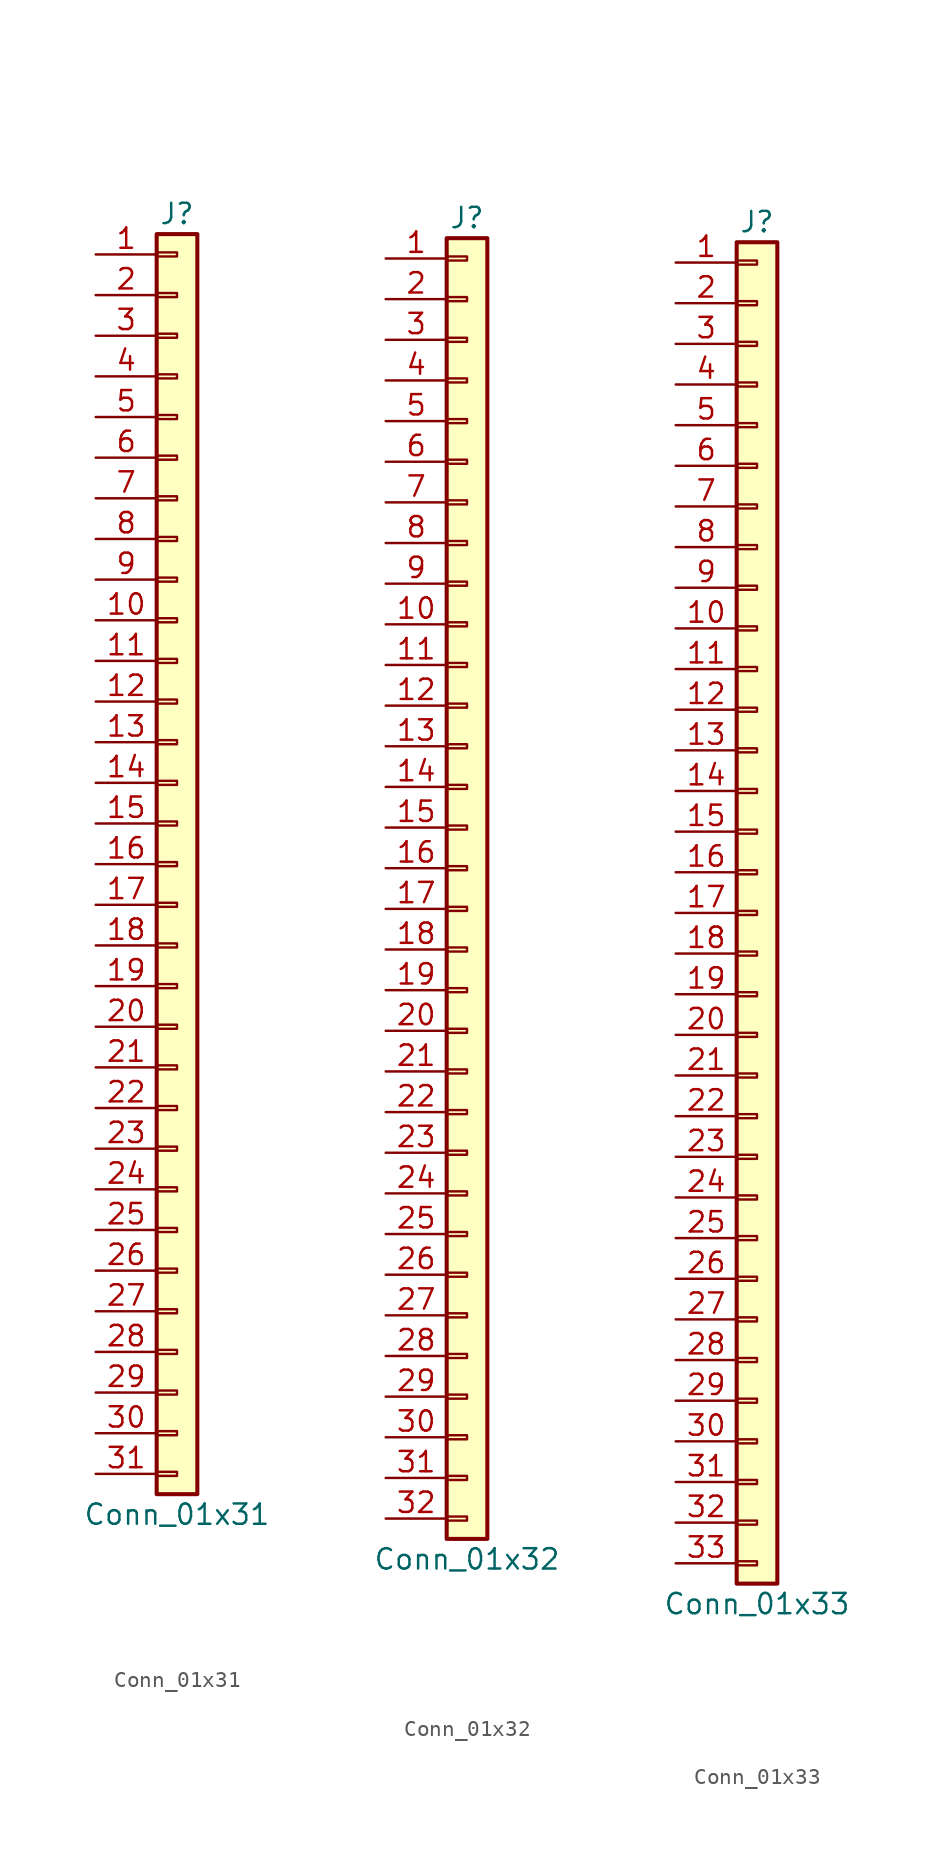
<source format=kicad_sym>
(kicad_symbol_lib
  (version 20201005)
  (generator kicad_symbol_editor)
  (symbol "Connector_Generic:Conn_01x31"
    (pin_names
      (offset 1.016) hide)
    (property "Reference" "J"
      (at 0 40.64 0)
      (effects (font (size 1.27 1.27))))
    (property "Value" "Conn_01x31"
      (at 0 -40.64 0)
      (effects (font (size 1.27 1.27))))
    (symbol "Conn_01x31_1_1"
      (rectangle (start -1.27 -27.813) (end 0 -28.067) (stroke (width 0.152)) (fill (type none)))
      (rectangle (start -1.27 -30.353) (end 0 -30.607) (stroke (width 0.152)) (fill (type none)))
      (rectangle (start -1.27 -32.893) (end 0 -33.147) (stroke (width 0.152)) (fill (type none)))
      (rectangle (start -1.27 -35.433) (end 0 -35.687) (stroke (width 0.152)) (fill (type none)))
      (rectangle (start -1.27 -37.973) (end 0 -38.227) (stroke (width 0.152)) (fill (type none)))
      (rectangle (start -1.27 -4.953) (end 0 -5.207) (stroke (width 0.152)) (fill (type none)))
      (rectangle (start -1.27 -7.493) (end 0 -7.747) (stroke (width 0.152)) (fill (type none)))
      (rectangle (start -1.27 -10.033) (end 0 -10.287) (stroke (width 0.152)) (fill (type none)))
      (rectangle (start -1.27 -12.573) (end 0 -12.827) (stroke (width 0.152)) (fill (type none)))
      (rectangle (start -1.27 -15.113) (end 0 -15.367) (stroke (width 0.152)) (fill (type none)))
      (rectangle (start -1.27 -17.653) (end 0 -17.907) (stroke (width 0.152)) (fill (type none)))
      (rectangle (start -1.27 -20.193) (end 0 -20.447) (stroke (width 0.152)) (fill (type none)))
      (rectangle (start -1.27 -22.733) (end 0 -22.987) (stroke (width 0.152)) (fill (type none)))
      (rectangle (start -1.27 -2.413) (end 0 -2.667) (stroke (width 0.152)) (fill (type none)))
      (rectangle (start -1.27 -25.273) (end 0 -25.527) (stroke (width 0.152)) (fill (type none)))
      (rectangle (start -1.27 25.527) (end 0 25.273) (stroke (width 0.152)) (fill (type none)))
      (rectangle (start -1.27 2.667) (end 0 2.413) (stroke (width 0.152)) (fill (type none)))
      (rectangle (start -1.27 28.067) (end 0 27.813) (stroke (width 0.152)) (fill (type none)))
      (rectangle (start -1.27 30.607) (end 0 30.353) (stroke (width 0.152)) (fill (type none)))
      (rectangle (start -1.27 33.147) (end 0 32.893) (stroke (width 0.152)) (fill (type none)))
      (rectangle (start -1.27 35.687) (end 0 35.433) (stroke (width 0.152)) (fill (type none)))
      (rectangle (start -1.27 38.227) (end 0 37.973) (stroke (width 0.152)) (fill (type none)))
      (rectangle (start -1.27 39.37) (end 1.27 -39.37) (stroke (width 0.254)) (fill (type background)))
      (rectangle (start -1.27 5.207) (end 0 4.953) (stroke (width 0.152)) (fill (type none)))
      (rectangle (start -1.27 7.747) (end 0 7.493) (stroke (width 0.152)) (fill (type none)))
      (rectangle (start -1.27 10.287) (end 0 10.033) (stroke (width 0.152)) (fill (type none)))
      (rectangle (start -1.27 0.127) (end 0 -0.127) (stroke (width 0.152)) (fill (type none)))
      (rectangle (start -1.27 12.827) (end 0 12.573) (stroke (width 0.152)) (fill (type none)))
      (rectangle (start -1.27 15.367) (end 0 15.113) (stroke (width 0.152)) (fill (type none)))
      (rectangle (start -1.27 17.907) (end 0 17.653) (stroke (width 0.152)) (fill (type none)))
      (rectangle (start -1.27 20.447) (end 0 20.193) (stroke (width 0.152)) (fill (type none)))
      (rectangle (start -1.27 22.987) (end 0 22.733) (stroke (width 0.152)) (fill (type none)))
      (pin passive line (at -5.08 38.1 0) (length 3.81) (name "Pin_1" (effects (font (size 1.27 1.27)))) (number "1" (effects (font (size 1.27 1.27)))))
      (pin passive line (at -5.08 15.24 0) (length 3.81) (name "Pin_10" (effects (font (size 1.27 1.27)))) (number "10" (effects (font (size 1.27 1.27)))))
      (pin passive line (at -5.08 12.7 0) (length 3.81) (name "Pin_11" (effects (font (size 1.27 1.27)))) (number "11" (effects (font (size 1.27 1.27)))))
      (pin passive line (at -5.08 10.16 0) (length 3.81) (name "Pin_12" (effects (font (size 1.27 1.27)))) (number "12" (effects (font (size 1.27 1.27)))))
      (pin passive line (at -5.08 7.62 0) (length 3.81) (name "Pin_13" (effects (font (size 1.27 1.27)))) (number "13" (effects (font (size 1.27 1.27)))))
      (pin passive line (at -5.08 5.08 0) (length 3.81) (name "Pin_14" (effects (font (size 1.27 1.27)))) (number "14" (effects (font (size 1.27 1.27)))))
      (pin passive line (at -5.08 2.54 0) (length 3.81) (name "Pin_15" (effects (font (size 1.27 1.27)))) (number "15" (effects (font (size 1.27 1.27)))))
      (pin passive line (at -5.08 0 0) (length 3.81) (name "Pin_16" (effects (font (size 1.27 1.27)))) (number "16" (effects (font (size 1.27 1.27)))))
      (pin passive line (at -5.08 -2.54 0) (length 3.81) (name "Pin_17" (effects (font (size 1.27 1.27)))) (number "17" (effects (font (size 1.27 1.27)))))
      (pin passive line (at -5.08 -5.08 0) (length 3.81) (name "Pin_18" (effects (font (size 1.27 1.27)))) (number "18" (effects (font (size 1.27 1.27)))))
      (pin passive line (at -5.08 -7.62 0) (length 3.81) (name "Pin_19" (effects (font (size 1.27 1.27)))) (number "19" (effects (font (size 1.27 1.27)))))
      (pin passive line (at -5.08 35.56 0) (length 3.81) (name "Pin_2" (effects (font (size 1.27 1.27)))) (number "2" (effects (font (size 1.27 1.27)))))
      (pin passive line (at -5.08 -10.16 0) (length 3.81) (name "Pin_20" (effects (font (size 1.27 1.27)))) (number "20" (effects (font (size 1.27 1.27)))))
      (pin passive line (at -5.08 -12.7 0) (length 3.81) (name "Pin_21" (effects (font (size 1.27 1.27)))) (number "21" (effects (font (size 1.27 1.27)))))
      (pin passive line (at -5.08 -15.24 0) (length 3.81) (name "Pin_22" (effects (font (size 1.27 1.27)))) (number "22" (effects (font (size 1.27 1.27)))))
      (pin passive line (at -5.08 -17.78 0) (length 3.81) (name "Pin_23" (effects (font (size 1.27 1.27)))) (number "23" (effects (font (size 1.27 1.27)))))
      (pin passive line (at -5.08 -20.32 0) (length 3.81) (name "Pin_24" (effects (font (size 1.27 1.27)))) (number "24" (effects (font (size 1.27 1.27)))))
      (pin passive line (at -5.08 -22.86 0) (length 3.81) (name "Pin_25" (effects (font (size 1.27 1.27)))) (number "25" (effects (font (size 1.27 1.27)))))
      (pin passive line (at -5.08 -25.4 0) (length 3.81) (name "Pin_26" (effects (font (size 1.27 1.27)))) (number "26" (effects (font (size 1.27 1.27)))))
      (pin passive line (at -5.08 -27.94 0) (length 3.81) (name "Pin_27" (effects (font (size 1.27 1.27)))) (number "27" (effects (font (size 1.27 1.27)))))
      (pin passive line (at -5.08 -30.48 0) (length 3.81) (name "Pin_28" (effects (font (size 1.27 1.27)))) (number "28" (effects (font (size 1.27 1.27)))))
      (pin passive line (at -5.08 -33.02 0) (length 3.81) (name "Pin_29" (effects (font (size 1.27 1.27)))) (number "29" (effects (font (size 1.27 1.27)))))
      (pin passive line (at -5.08 33.02 0) (length 3.81) (name "Pin_3" (effects (font (size 1.27 1.27)))) (number "3" (effects (font (size 1.27 1.27)))))
      (pin passive line (at -5.08 -35.56 0) (length 3.81) (name "Pin_30" (effects (font (size 1.27 1.27)))) (number "30" (effects (font (size 1.27 1.27)))))
      (pin passive line (at -5.08 -38.1 0) (length 3.81) (name "Pin_31" (effects (font (size 1.27 1.27)))) (number "31" (effects (font (size 1.27 1.27)))))
      (pin passive line (at -5.08 30.48 0) (length 3.81) (name "Pin_4" (effects (font (size 1.27 1.27)))) (number "4" (effects (font (size 1.27 1.27)))))
      (pin passive line (at -5.08 27.94 0) (length 3.81) (name "Pin_5" (effects (font (size 1.27 1.27)))) (number "5" (effects (font (size 1.27 1.27)))))
      (pin passive line (at -5.08 25.4 0) (length 3.81) (name "Pin_6" (effects (font (size 1.27 1.27)))) (number "6" (effects (font (size 1.27 1.27)))))
      (pin passive line (at -5.08 22.86 0) (length 3.81) (name "Pin_7" (effects (font (size 1.27 1.27)))) (number "7" (effects (font (size 1.27 1.27)))))
      (pin passive line (at -5.08 20.32 0) (length 3.81) (name "Pin_8" (effects (font (size 1.27 1.27)))) (number "8" (effects (font (size 1.27 1.27)))))
      (pin passive line (at -5.08 17.78 0) (length 3.81) (name "Pin_9" (effects (font (size 1.27 1.27)))) (number "9" (effects (font (size 1.27 1.27)))))))
  (symbol "Connector_Generic:Conn_01x32"
    (pin_names
      (offset 1.016) hide)
    (property "Reference" "J"
      (at 0 40.64 0)
      (effects (font (size 1.27 1.27))))
    (property "Value" "Conn_01x32"
      (at 0 -43.18 0)
      (effects (font (size 1.27 1.27))))
    (symbol "Conn_01x32_1_1"
      (rectangle (start -1.27 -27.813) (end 0 -28.067) (stroke (width 0.152)) (fill (type none)))
      (rectangle (start -1.27 -30.353) (end 0 -30.607) (stroke (width 0.152)) (fill (type none)))
      (rectangle (start -1.27 -32.893) (end 0 -33.147) (stroke (width 0.152)) (fill (type none)))
      (rectangle (start -1.27 -35.433) (end 0 -35.687) (stroke (width 0.152)) (fill (type none)))
      (rectangle (start -1.27 -37.973) (end 0 -38.227) (stroke (width 0.152)) (fill (type none)))
      (rectangle (start -1.27 -40.513) (end 0 -40.767) (stroke (width 0.152)) (fill (type none)))
      (rectangle (start -1.27 -4.953) (end 0 -5.207) (stroke (width 0.152)) (fill (type none)))
      (rectangle (start -1.27 -7.493) (end 0 -7.747) (stroke (width 0.152)) (fill (type none)))
      (rectangle (start -1.27 -10.033) (end 0 -10.287) (stroke (width 0.152)) (fill (type none)))
      (rectangle (start -1.27 -12.573) (end 0 -12.827) (stroke (width 0.152)) (fill (type none)))
      (rectangle (start -1.27 -15.113) (end 0 -15.367) (stroke (width 0.152)) (fill (type none)))
      (rectangle (start -1.27 -17.653) (end 0 -17.907) (stroke (width 0.152)) (fill (type none)))
      (rectangle (start -1.27 -20.193) (end 0 -20.447) (stroke (width 0.152)) (fill (type none)))
      (rectangle (start -1.27 -22.733) (end 0 -22.987) (stroke (width 0.152)) (fill (type none)))
      (rectangle (start -1.27 -2.413) (end 0 -2.667) (stroke (width 0.152)) (fill (type none)))
      (rectangle (start -1.27 -25.273) (end 0 -25.527) (stroke (width 0.152)) (fill (type none)))
      (rectangle (start -1.27 25.527) (end 0 25.273) (stroke (width 0.152)) (fill (type none)))
      (rectangle (start -1.27 2.667) (end 0 2.413) (stroke (width 0.152)) (fill (type none)))
      (rectangle (start -1.27 28.067) (end 0 27.813) (stroke (width 0.152)) (fill (type none)))
      (rectangle (start -1.27 30.607) (end 0 30.353) (stroke (width 0.152)) (fill (type none)))
      (rectangle (start -1.27 33.147) (end 0 32.893) (stroke (width 0.152)) (fill (type none)))
      (rectangle (start -1.27 35.687) (end 0 35.433) (stroke (width 0.152)) (fill (type none)))
      (rectangle (start -1.27 38.227) (end 0 37.973) (stroke (width 0.152)) (fill (type none)))
      (rectangle (start -1.27 39.37) (end 1.27 -41.91) (stroke (width 0.254)) (fill (type background)))
      (rectangle (start -1.27 5.207) (end 0 4.953) (stroke (width 0.152)) (fill (type none)))
      (rectangle (start -1.27 7.747) (end 0 7.493) (stroke (width 0.152)) (fill (type none)))
      (rectangle (start -1.27 10.287) (end 0 10.033) (stroke (width 0.152)) (fill (type none)))
      (rectangle (start -1.27 0.127) (end 0 -0.127) (stroke (width 0.152)) (fill (type none)))
      (rectangle (start -1.27 12.827) (end 0 12.573) (stroke (width 0.152)) (fill (type none)))
      (rectangle (start -1.27 15.367) (end 0 15.113) (stroke (width 0.152)) (fill (type none)))
      (rectangle (start -1.27 17.907) (end 0 17.653) (stroke (width 0.152)) (fill (type none)))
      (rectangle (start -1.27 20.447) (end 0 20.193) (stroke (width 0.152)) (fill (type none)))
      (rectangle (start -1.27 22.987) (end 0 22.733) (stroke (width 0.152)) (fill (type none)))
      (pin passive line (at -5.08 38.1 0) (length 3.81) (name "Pin_1" (effects (font (size 1.27 1.27)))) (number "1" (effects (font (size 1.27 1.27)))))
      (pin passive line (at -5.08 15.24 0) (length 3.81) (name "Pin_10" (effects (font (size 1.27 1.27)))) (number "10" (effects (font (size 1.27 1.27)))))
      (pin passive line (at -5.08 12.7 0) (length 3.81) (name "Pin_11" (effects (font (size 1.27 1.27)))) (number "11" (effects (font (size 1.27 1.27)))))
      (pin passive line (at -5.08 10.16 0) (length 3.81) (name "Pin_12" (effects (font (size 1.27 1.27)))) (number "12" (effects (font (size 1.27 1.27)))))
      (pin passive line (at -5.08 7.62 0) (length 3.81) (name "Pin_13" (effects (font (size 1.27 1.27)))) (number "13" (effects (font (size 1.27 1.27)))))
      (pin passive line (at -5.08 5.08 0) (length 3.81) (name "Pin_14" (effects (font (size 1.27 1.27)))) (number "14" (effects (font (size 1.27 1.27)))))
      (pin passive line (at -5.08 2.54 0) (length 3.81) (name "Pin_15" (effects (font (size 1.27 1.27)))) (number "15" (effects (font (size 1.27 1.27)))))
      (pin passive line (at -5.08 0 0) (length 3.81) (name "Pin_16" (effects (font (size 1.27 1.27)))) (number "16" (effects (font (size 1.27 1.27)))))
      (pin passive line (at -5.08 -2.54 0) (length 3.81) (name "Pin_17" (effects (font (size 1.27 1.27)))) (number "17" (effects (font (size 1.27 1.27)))))
      (pin passive line (at -5.08 -5.08 0) (length 3.81) (name "Pin_18" (effects (font (size 1.27 1.27)))) (number "18" (effects (font (size 1.27 1.27)))))
      (pin passive line (at -5.08 -7.62 0) (length 3.81) (name "Pin_19" (effects (font (size 1.27 1.27)))) (number "19" (effects (font (size 1.27 1.27)))))
      (pin passive line (at -5.08 35.56 0) (length 3.81) (name "Pin_2" (effects (font (size 1.27 1.27)))) (number "2" (effects (font (size 1.27 1.27)))))
      (pin passive line (at -5.08 -10.16 0) (length 3.81) (name "Pin_20" (effects (font (size 1.27 1.27)))) (number "20" (effects (font (size 1.27 1.27)))))
      (pin passive line (at -5.08 -12.7 0) (length 3.81) (name "Pin_21" (effects (font (size 1.27 1.27)))) (number "21" (effects (font (size 1.27 1.27)))))
      (pin passive line (at -5.08 -15.24 0) (length 3.81) (name "Pin_22" (effects (font (size 1.27 1.27)))) (number "22" (effects (font (size 1.27 1.27)))))
      (pin passive line (at -5.08 -17.78 0) (length 3.81) (name "Pin_23" (effects (font (size 1.27 1.27)))) (number "23" (effects (font (size 1.27 1.27)))))
      (pin passive line (at -5.08 -20.32 0) (length 3.81) (name "Pin_24" (effects (font (size 1.27 1.27)))) (number "24" (effects (font (size 1.27 1.27)))))
      (pin passive line (at -5.08 -22.86 0) (length 3.81) (name "Pin_25" (effects (font (size 1.27 1.27)))) (number "25" (effects (font (size 1.27 1.27)))))
      (pin passive line (at -5.08 -25.4 0) (length 3.81) (name "Pin_26" (effects (font (size 1.27 1.27)))) (number "26" (effects (font (size 1.27 1.27)))))
      (pin passive line (at -5.08 -27.94 0) (length 3.81) (name "Pin_27" (effects (font (size 1.27 1.27)))) (number "27" (effects (font (size 1.27 1.27)))))
      (pin passive line (at -5.08 -30.48 0) (length 3.81) (name "Pin_28" (effects (font (size 1.27 1.27)))) (number "28" (effects (font (size 1.27 1.27)))))
      (pin passive line (at -5.08 -33.02 0) (length 3.81) (name "Pin_29" (effects (font (size 1.27 1.27)))) (number "29" (effects (font (size 1.27 1.27)))))
      (pin passive line (at -5.08 33.02 0) (length 3.81) (name "Pin_3" (effects (font (size 1.27 1.27)))) (number "3" (effects (font (size 1.27 1.27)))))
      (pin passive line (at -5.08 -35.56 0) (length 3.81) (name "Pin_30" (effects (font (size 1.27 1.27)))) (number "30" (effects (font (size 1.27 1.27)))))
      (pin passive line (at -5.08 -38.1 0) (length 3.81) (name "Pin_31" (effects (font (size 1.27 1.27)))) (number "31" (effects (font (size 1.27 1.27)))))
      (pin passive line (at -5.08 -40.64 0) (length 3.81) (name "Pin_32" (effects (font (size 1.27 1.27)))) (number "32" (effects (font (size 1.27 1.27)))))
      (pin passive line (at -5.08 30.48 0) (length 3.81) (name "Pin_4" (effects (font (size 1.27 1.27)))) (number "4" (effects (font (size 1.27 1.27)))))
      (pin passive line (at -5.08 27.94 0) (length 3.81) (name "Pin_5" (effects (font (size 1.27 1.27)))) (number "5" (effects (font (size 1.27 1.27)))))
      (pin passive line (at -5.08 25.4 0) (length 3.81) (name "Pin_6" (effects (font (size 1.27 1.27)))) (number "6" (effects (font (size 1.27 1.27)))))
      (pin passive line (at -5.08 22.86 0) (length 3.81) (name "Pin_7" (effects (font (size 1.27 1.27)))) (number "7" (effects (font (size 1.27 1.27)))))
      (pin passive line (at -5.08 20.32 0) (length 3.81) (name "Pin_8" (effects (font (size 1.27 1.27)))) (number "8" (effects (font (size 1.27 1.27)))))
      (pin passive line (at -5.08 17.78 0) (length 3.81) (name "Pin_9" (effects (font (size 1.27 1.27)))) (number "9" (effects (font (size 1.27 1.27)))))))
  (symbol "Connector_Generic:Conn_01x33"
    (pin_names
      (offset 1.016) hide)
    (property "Reference" "J"
      (at 0 43.18 0)
      (effects (font (size 1.27 1.27))))
    (property "Value" "Conn_01x33"
      (at 0 -43.18 0)
      (effects (font (size 1.27 1.27))))
    (symbol "Conn_01x33_1_1"
      (rectangle (start -1.27 -27.813) (end 0 -28.067) (stroke (width 0.152)) (fill (type none)))
      (rectangle (start -1.27 -30.353) (end 0 -30.607) (stroke (width 0.152)) (fill (type none)))
      (rectangle (start -1.27 -32.893) (end 0 -33.147) (stroke (width 0.152)) (fill (type none)))
      (rectangle (start -1.27 -35.433) (end 0 -35.687) (stroke (width 0.152)) (fill (type none)))
      (rectangle (start -1.27 -37.973) (end 0 -38.227) (stroke (width 0.152)) (fill (type none)))
      (rectangle (start -1.27 -40.513) (end 0 -40.767) (stroke (width 0.152)) (fill (type none)))
      (rectangle (start -1.27 -4.953) (end 0 -5.207) (stroke (width 0.152)) (fill (type none)))
      (rectangle (start -1.27 -7.493) (end 0 -7.747) (stroke (width 0.152)) (fill (type none)))
      (rectangle (start -1.27 -10.033) (end 0 -10.287) (stroke (width 0.152)) (fill (type none)))
      (rectangle (start -1.27 -12.573) (end 0 -12.827) (stroke (width 0.152)) (fill (type none)))
      (rectangle (start -1.27 -15.113) (end 0 -15.367) (stroke (width 0.152)) (fill (type none)))
      (rectangle (start -1.27 -17.653) (end 0 -17.907) (stroke (width 0.152)) (fill (type none)))
      (rectangle (start -1.27 -20.193) (end 0 -20.447) (stroke (width 0.152)) (fill (type none)))
      (rectangle (start -1.27 -22.733) (end 0 -22.987) (stroke (width 0.152)) (fill (type none)))
      (rectangle (start -1.27 -2.413) (end 0 -2.667) (stroke (width 0.152)) (fill (type none)))
      (rectangle (start -1.27 -25.273) (end 0 -25.527) (stroke (width 0.152)) (fill (type none)))
      (rectangle (start -1.27 25.527) (end 0 25.273) (stroke (width 0.152)) (fill (type none)))
      (rectangle (start -1.27 2.667) (end 0 2.413) (stroke (width 0.152)) (fill (type none)))
      (rectangle (start -1.27 28.067) (end 0 27.813) (stroke (width 0.152)) (fill (type none)))
      (rectangle (start -1.27 30.607) (end 0 30.353) (stroke (width 0.152)) (fill (type none)))
      (rectangle (start -1.27 33.147) (end 0 32.893) (stroke (width 0.152)) (fill (type none)))
      (rectangle (start -1.27 35.687) (end 0 35.433) (stroke (width 0.152)) (fill (type none)))
      (rectangle (start -1.27 38.227) (end 0 37.973) (stroke (width 0.152)) (fill (type none)))
      (rectangle (start -1.27 40.767) (end 0 40.513) (stroke (width 0.152)) (fill (type none)))
      (rectangle (start -1.27 41.91) (end 1.27 -41.91) (stroke (width 0.254)) (fill (type background)))
      (rectangle (start -1.27 5.207) (end 0 4.953) (stroke (width 0.152)) (fill (type none)))
      (rectangle (start -1.27 7.747) (end 0 7.493) (stroke (width 0.152)) (fill (type none)))
      (rectangle (start -1.27 10.287) (end 0 10.033) (stroke (width 0.152)) (fill (type none)))
      (rectangle (start -1.27 0.127) (end 0 -0.127) (stroke (width 0.152)) (fill (type none)))
      (rectangle (start -1.27 12.827) (end 0 12.573) (stroke (width 0.152)) (fill (type none)))
      (rectangle (start -1.27 15.367) (end 0 15.113) (stroke (width 0.152)) (fill (type none)))
      (rectangle (start -1.27 17.907) (end 0 17.653) (stroke (width 0.152)) (fill (type none)))
      (rectangle (start -1.27 20.447) (end 0 20.193) (stroke (width 0.152)) (fill (type none)))
      (rectangle (start -1.27 22.987) (end 0 22.733) (stroke (width 0.152)) (fill (type none)))
      (pin passive line (at -5.08 40.64 0) (length 3.81) (name "Pin_1" (effects (font (size 1.27 1.27)))) (number "1" (effects (font (size 1.27 1.27)))))
      (pin passive line (at -5.08 17.78 0) (length 3.81) (name "Pin_10" (effects (font (size 1.27 1.27)))) (number "10" (effects (font (size 1.27 1.27)))))
      (pin passive line (at -5.08 15.24 0) (length 3.81) (name "Pin_11" (effects (font (size 1.27 1.27)))) (number "11" (effects (font (size 1.27 1.27)))))
      (pin passive line (at -5.08 12.7 0) (length 3.81) (name "Pin_12" (effects (font (size 1.27 1.27)))) (number "12" (effects (font (size 1.27 1.27)))))
      (pin passive line (at -5.08 10.16 0) (length 3.81) (name "Pin_13" (effects (font (size 1.27 1.27)))) (number "13" (effects (font (size 1.27 1.27)))))
      (pin passive line (at -5.08 7.62 0) (length 3.81) (name "Pin_14" (effects (font (size 1.27 1.27)))) (number "14" (effects (font (size 1.27 1.27)))))
      (pin passive line (at -5.08 5.08 0) (length 3.81) (name "Pin_15" (effects (font (size 1.27 1.27)))) (number "15" (effects (font (size 1.27 1.27)))))
      (pin passive line (at -5.08 2.54 0) (length 3.81) (name "Pin_16" (effects (font (size 1.27 1.27)))) (number "16" (effects (font (size 1.27 1.27)))))
      (pin passive line (at -5.08 0 0) (length 3.81) (name "Pin_17" (effects (font (size 1.27 1.27)))) (number "17" (effects (font (size 1.27 1.27)))))
      (pin passive line (at -5.08 -2.54 0) (length 3.81) (name "Pin_18" (effects (font (size 1.27 1.27)))) (number "18" (effects (font (size 1.27 1.27)))))
      (pin passive line (at -5.08 -5.08 0) (length 3.81) (name "Pin_19" (effects (font (size 1.27 1.27)))) (number "19" (effects (font (size 1.27 1.27)))))
      (pin passive line (at -5.08 38.1 0) (length 3.81) (name "Pin_2" (effects (font (size 1.27 1.27)))) (number "2" (effects (font (size 1.27 1.27)))))
      (pin passive line (at -5.08 -7.62 0) (length 3.81) (name "Pin_20" (effects (font (size 1.27 1.27)))) (number "20" (effects (font (size 1.27 1.27)))))
      (pin passive line (at -5.08 -10.16 0) (length 3.81) (name "Pin_21" (effects (font (size 1.27 1.27)))) (number "21" (effects (font (size 1.27 1.27)))))
      (pin passive line (at -5.08 -12.7 0) (length 3.81) (name "Pin_22" (effects (font (size 1.27 1.27)))) (number "22" (effects (font (size 1.27 1.27)))))
      (pin passive line (at -5.08 -15.24 0) (length 3.81) (name "Pin_23" (effects (font (size 1.27 1.27)))) (number "23" (effects (font (size 1.27 1.27)))))
      (pin passive line (at -5.08 -17.78 0) (length 3.81) (name "Pin_24" (effects (font (size 1.27 1.27)))) (number "24" (effects (font (size 1.27 1.27)))))
      (pin passive line (at -5.08 -20.32 0) (length 3.81) (name "Pin_25" (effects (font (size 1.27 1.27)))) (number "25" (effects (font (size 1.27 1.27)))))
      (pin passive line (at -5.08 -22.86 0) (length 3.81) (name "Pin_26" (effects (font (size 1.27 1.27)))) (number "26" (effects (font (size 1.27 1.27)))))
      (pin passive line (at -5.08 -25.4 0) (length 3.81) (name "Pin_27" (effects (font (size 1.27 1.27)))) (number "27" (effects (font (size 1.27 1.27)))))
      (pin passive line (at -5.08 -27.94 0) (length 3.81) (name "Pin_28" (effects (font (size 1.27 1.27)))) (number "28" (effects (font (size 1.27 1.27)))))
      (pin passive line (at -5.08 -30.48 0) (length 3.81) (name "Pin_29" (effects (font (size 1.27 1.27)))) (number "29" (effects (font (size 1.27 1.27)))))
      (pin passive line (at -5.08 35.56 0) (length 3.81) (name "Pin_3" (effects (font (size 1.27 1.27)))) (number "3" (effects (font (size 1.27 1.27)))))
      (pin passive line (at -5.08 -33.02 0) (length 3.81) (name "Pin_30" (effects (font (size 1.27 1.27)))) (number "30" (effects (font (size 1.27 1.27)))))
      (pin passive line (at -5.08 -35.56 0) (length 3.81) (name "Pin_31" (effects (font (size 1.27 1.27)))) (number "31" (effects (font (size 1.27 1.27)))))
      (pin passive line (at -5.08 -38.1 0) (length 3.81) (name "Pin_32" (effects (font (size 1.27 1.27)))) (number "32" (effects (font (size 1.27 1.27)))))
      (pin passive line (at -5.08 -40.64 0) (length 3.81) (name "Pin_33" (effects (font (size 1.27 1.27)))) (number "33" (effects (font (size 1.27 1.27)))))
      (pin passive line (at -5.08 33.02 0) (length 3.81) (name "Pin_4" (effects (font (size 1.27 1.27)))) (number "4" (effects (font (size 1.27 1.27)))))
      (pin passive line (at -5.08 30.48 0) (length 3.81) (name "Pin_5" (effects (font (size 1.27 1.27)))) (number "5" (effects (font (size 1.27 1.27)))))
      (pin passive line (at -5.08 27.94 0) (length 3.81) (name "Pin_6" (effects (font (size 1.27 1.27)))) (number "6" (effects (font (size 1.27 1.27)))))
      (pin passive line (at -5.08 25.4 0) (length 3.81) (name "Pin_7" (effects (font (size 1.27 1.27)))) (number "7" (effects (font (size 1.27 1.27)))))
      (pin passive line (at -5.08 22.86 0) (length 3.81) (name "Pin_8" (effects (font (size 1.27 1.27)))) (number "8" (effects (font (size 1.27 1.27)))))
      (pin passive line (at -5.08 20.32 0) (length 3.81) (name "Pin_9" (effects (font (size 1.27 1.27)))) (number "9" (effects (font (size 1.27 1.27))))))))
</source>
